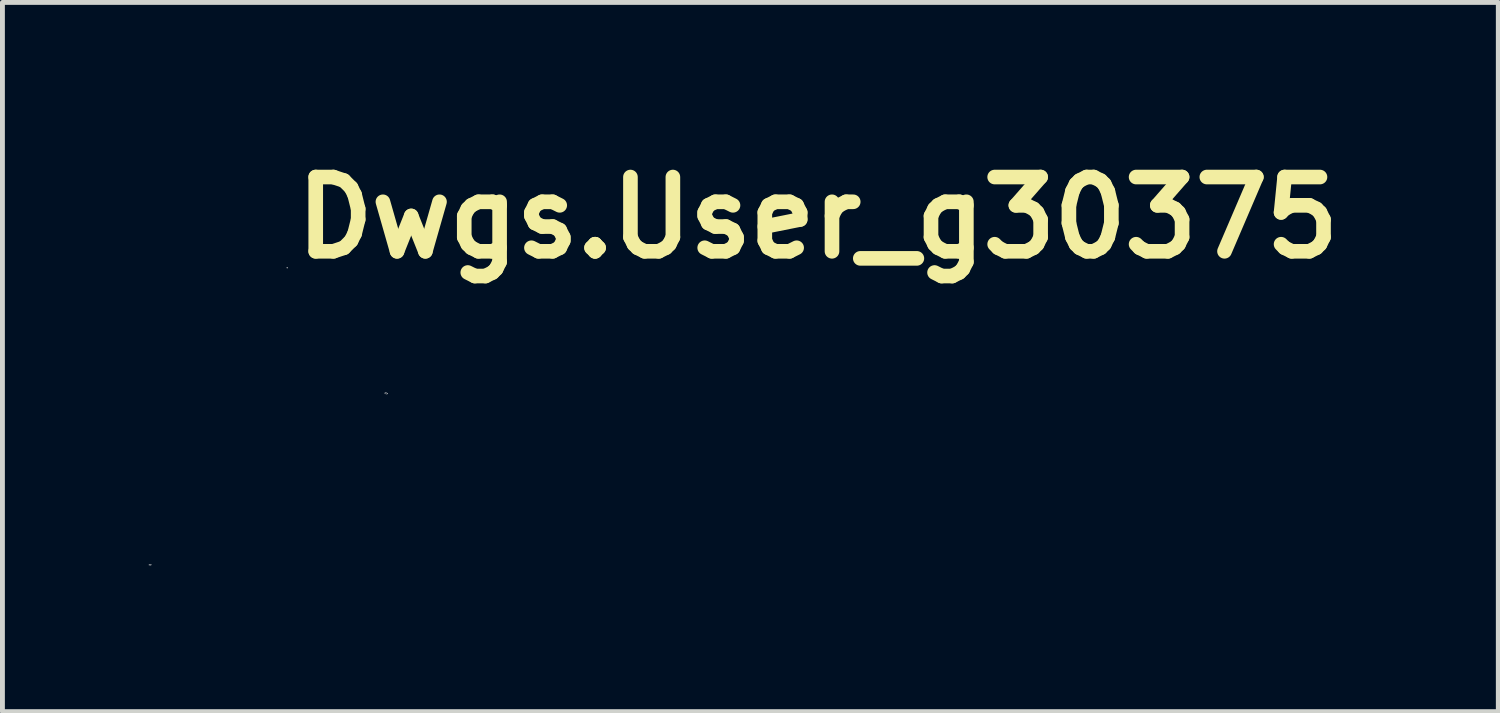
<source format=kicad_pcb>
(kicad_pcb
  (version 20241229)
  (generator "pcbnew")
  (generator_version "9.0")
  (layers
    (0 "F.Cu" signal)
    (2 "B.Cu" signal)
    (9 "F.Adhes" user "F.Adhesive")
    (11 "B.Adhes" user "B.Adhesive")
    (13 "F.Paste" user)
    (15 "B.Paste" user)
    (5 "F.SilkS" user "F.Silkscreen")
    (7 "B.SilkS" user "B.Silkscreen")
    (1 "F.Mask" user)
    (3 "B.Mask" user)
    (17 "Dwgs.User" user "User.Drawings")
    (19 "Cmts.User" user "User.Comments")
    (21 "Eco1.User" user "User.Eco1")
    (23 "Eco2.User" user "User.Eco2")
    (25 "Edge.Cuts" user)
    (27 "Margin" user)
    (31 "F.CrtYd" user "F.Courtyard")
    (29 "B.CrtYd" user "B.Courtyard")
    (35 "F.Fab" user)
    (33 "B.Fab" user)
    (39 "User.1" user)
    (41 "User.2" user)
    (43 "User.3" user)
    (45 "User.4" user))
  (footprint "Dwgs.User_g30375"
    (layer "F.Cu")
    (at 13.735 1.418)
    (property "Reference" "Dwgs.User_g30375" (at 0 0 0) (layer "F.SilkS") (effects (font (size 1.524 1.524) (thickness 0.3))))
    (attr through_hole)
    (fp_poly (pts (xy -10.88 1.027) (xy -10.89 1.037) (xy -10.901 1.027) (xy -10.89 1.016) (xy -10.88 1.027)) (stroke (width 0.01) (type solid)) (fill no) (layer "Dwgs.User"))
    (fp_poly (pts (xy -13.679 7.12) (xy -13.686 7.13) (xy -13.707 7.131) (xy -13.73 7.126) (xy -13.72 7.119) (xy -13.687 7.116) (xy -13.679 7.12)) (stroke (width 0.01) (type solid)) (fill no) (layer "Dwgs.User"))
    (fp_poly (pts (xy -8.858 3.591) (xy -8.83 3.606) (xy -8.826 3.611) (xy -8.844 3.619) (xy -8.858 3.619) (xy -8.886 3.608) (xy -8.89 3.599) (xy -8.874 3.587) (xy -8.858 3.591)) (stroke (width 0.01) (type solid)) (fill no) (layer "Dwgs.User")))
  (gr_rect
    (start -3 -3)
    (end 27.7 11.555)
    (stroke (width 0.1) (type default))
    (fill no)
    (layer "Edge.Cuts")))
</source>
